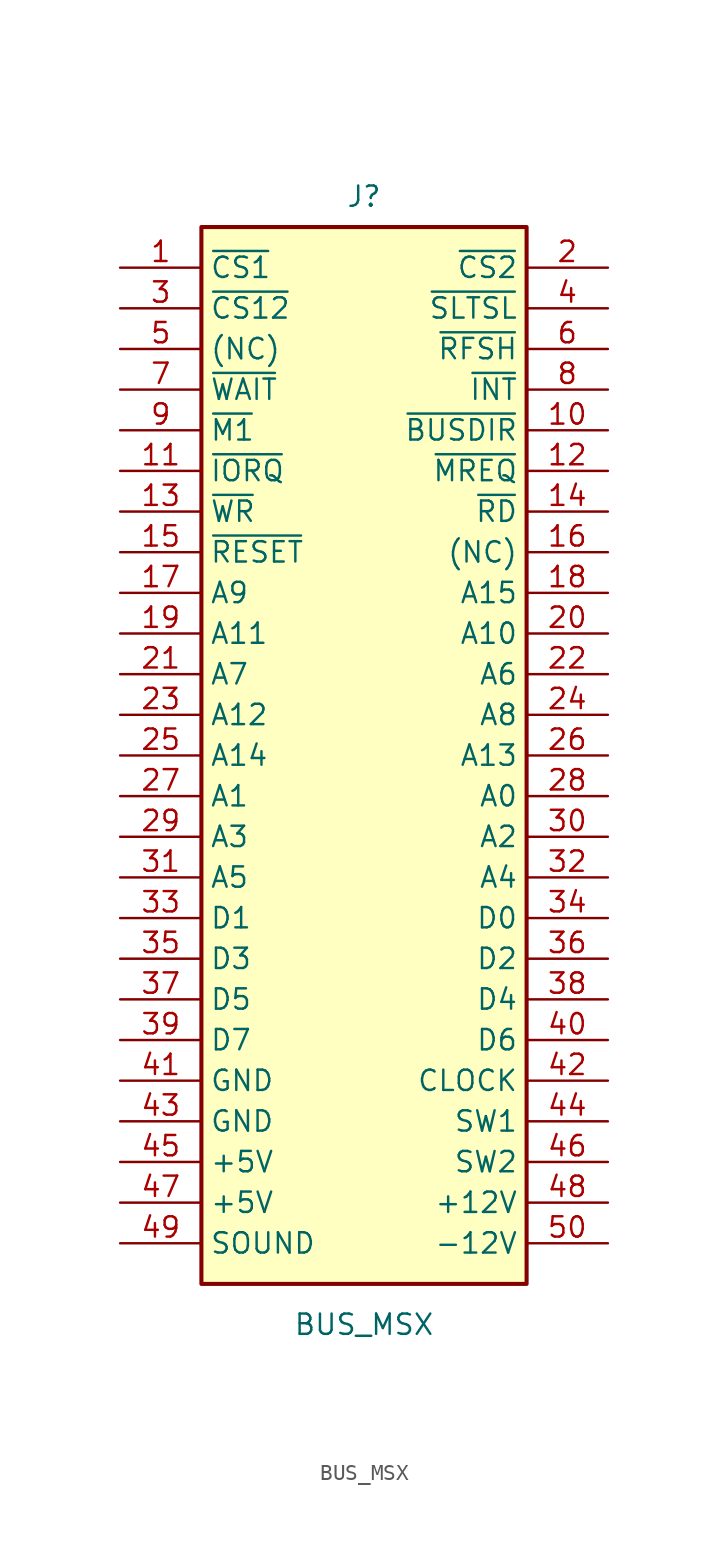
<source format=kicad_sym>
(kicad_symbol_lib
  (version 20220914)
  (generator kicad_symbol_editor)
  (symbol "BUS_MSX"
    (property "Reference" "J"
      (at 0 42.545 0)
      (effects (font (size 1.27 1.27))))
    (property "Value" "BUS_MSX"
      (at 0 -27.94 0)
      (effects (font (size 1.27 1.27))))
    (symbol "BUS_MSX_0_1"
      (rectangle (start -10.16 40.64) (end 10.16 -25.4) (stroke (width 0.254) (type default)) (fill (type background))))
    (symbol "BUS_MSX_1_1"
      (pin passive line (at -15.24 38.1 0) (length 5.08) (name "~{CS1}" (effects (font (size 1.27 1.27)))) (number "1" (effects (font (size 1.27 1.27)))))
      (pin passive line (at 15.24 27.94 180) (length 5.08) (name "~{BUSDIR}" (effects (font (size 1.27 1.27)))) (number "10" (effects (font (size 1.27 1.27)))))
      (pin passive line (at -15.24 25.4 0) (length 5.08) (name "~{IORQ}" (effects (font (size 1.27 1.27)))) (number "11" (effects (font (size 1.27 1.27)))))
      (pin passive line (at 15.24 25.4 180) (length 5.08) (name "~{MREQ}" (effects (font (size 1.27 1.27)))) (number "12" (effects (font (size 1.27 1.27)))))
      (pin passive line (at -15.24 22.86 0) (length 5.08) (name "~{WR}" (effects (font (size 1.27 1.27)))) (number "13" (effects (font (size 1.27 1.27)))))
      (pin passive line (at 15.24 22.86 180) (length 5.08) (name "~{RD}" (effects (font (size 1.27 1.27)))) (number "14" (effects (font (size 1.27 1.27)))))
      (pin passive line (at -15.24 20.32 0) (length 5.08) (name "~{RESET}" (effects (font (size 1.27 1.27)))) (number "15" (effects (font (size 1.27 1.27)))))
      (pin passive line (at 15.24 20.32 180) (length 5.08) (name "(NC)" (effects (font (size 1.27 1.27)))) (number "16" (effects (font (size 1.27 1.27)))))
      (pin passive line (at -15.24 17.78 0) (length 5.08) (name "A9" (effects (font (size 1.27 1.27)))) (number "17" (effects (font (size 1.27 1.27)))))
      (pin passive line (at 15.24 17.78 180) (length 5.08) (name "A15" (effects (font (size 1.27 1.27)))) (number "18" (effects (font (size 1.27 1.27)))))
      (pin passive line (at -15.24 15.24 0) (length 5.08) (name "A11" (effects (font (size 1.27 1.27)))) (number "19" (effects (font (size 1.27 1.27)))))
      (pin passive line (at 15.24 38.1 180) (length 5.08) (name "~{CS2}" (effects (font (size 1.27 1.27)))) (number "2" (effects (font (size 1.27 1.27)))))
      (pin passive line (at 15.24 15.24 180) (length 5.08) (name "A10" (effects (font (size 1.27 1.27)))) (number "20" (effects (font (size 1.27 1.27)))))
      (pin passive line (at -15.24 12.7 0) (length 5.08) (name "A7" (effects (font (size 1.27 1.27)))) (number "21" (effects (font (size 1.27 1.27)))))
      (pin passive line (at 15.24 12.7 180) (length 5.08) (name "A6" (effects (font (size 1.27 1.27)))) (number "22" (effects (font (size 1.27 1.27)))))
      (pin passive line (at -15.24 10.16 0) (length 5.08) (name "A12" (effects (font (size 1.27 1.27)))) (number "23" (effects (font (size 1.27 1.27)))))
      (pin passive line (at 15.24 10.16 180) (length 5.08) (name "A8" (effects (font (size 1.27 1.27)))) (number "24" (effects (font (size 1.27 1.27)))))
      (pin passive line (at -15.24 7.62 0) (length 5.08) (name "A14" (effects (font (size 1.27 1.27)))) (number "25" (effects (font (size 1.27 1.27)))))
      (pin passive line (at 15.24 7.62 180) (length 5.08) (name "A13" (effects (font (size 1.27 1.27)))) (number "26" (effects (font (size 1.27 1.27)))))
      (pin passive line (at -15.24 5.08 0) (length 5.08) (name "A1" (effects (font (size 1.27 1.27)))) (number "27" (effects (font (size 1.27 1.27)))))
      (pin passive line (at 15.24 5.08 180) (length 5.08) (name "A0" (effects (font (size 1.27 1.27)))) (number "28" (effects (font (size 1.27 1.27)))))
      (pin passive line (at -15.24 2.54 0) (length 5.08) (name "A3" (effects (font (size 1.27 1.27)))) (number "29" (effects (font (size 1.27 1.27)))))
      (pin passive line (at -15.24 35.56 0) (length 5.08) (name "~{CS12}" (effects (font (size 1.27 1.27)))) (number "3" (effects (font (size 1.27 1.27)))))
      (pin passive line (at 15.24 2.54 180) (length 5.08) (name "A2" (effects (font (size 1.27 1.27)))) (number "30" (effects (font (size 1.27 1.27)))))
      (pin passive line (at -15.24 0 0) (length 5.08) (name "A5" (effects (font (size 1.27 1.27)))) (number "31" (effects (font (size 1.27 1.27)))))
      (pin passive line (at 15.24 0 180) (length 5.08) (name "A4" (effects (font (size 1.27 1.27)))) (number "32" (effects (font (size 1.27 1.27)))))
      (pin passive line (at -15.24 -2.54 0) (length 5.08) (name "D1" (effects (font (size 1.27 1.27)))) (number "33" (effects (font (size 1.27 1.27)))))
      (pin passive line (at 15.24 -2.54 180) (length 5.08) (name "D0" (effects (font (size 1.27 1.27)))) (number "34" (effects (font (size 1.27 1.27)))))
      (pin passive line (at -15.24 -5.08 0) (length 5.08) (name "D3" (effects (font (size 1.27 1.27)))) (number "35" (effects (font (size 1.27 1.27)))))
      (pin passive line (at 15.24 -5.08 180) (length 5.08) (name "D2" (effects (font (size 1.27 1.27)))) (number "36" (effects (font (size 1.27 1.27)))))
      (pin passive line (at -15.24 -7.62 0) (length 5.08) (name "D5" (effects (font (size 1.27 1.27)))) (number "37" (effects (font (size 1.27 1.27)))))
      (pin passive line (at 15.24 -7.62 180) (length 5.08) (name "D4" (effects (font (size 1.27 1.27)))) (number "38" (effects (font (size 1.27 1.27)))))
      (pin passive line (at -15.24 -10.16 0) (length 5.08) (name "D7" (effects (font (size 1.27 1.27)))) (number "39" (effects (font (size 1.27 1.27)))))
      (pin passive line (at 15.24 35.56 180) (length 5.08) (name "~{SLTSL}" (effects (font (size 1.27 1.27)))) (number "4" (effects (font (size 1.27 1.27)))))
      (pin passive line (at 15.24 -10.16 180) (length 5.08) (name "D6" (effects (font (size 1.27 1.27)))) (number "40" (effects (font (size 1.27 1.27)))))
      (pin passive line (at -15.24 -12.7 0) (length 5.08) (name "GND" (effects (font (size 1.27 1.27)))) (number "41" (effects (font (size 1.27 1.27)))))
      (pin passive line (at 15.24 -12.7 180) (length 5.08) (name "CLOCK" (effects (font (size 1.27 1.27)))) (number "42" (effects (font (size 1.27 1.27)))))
      (pin passive line (at -15.24 -15.24 0) (length 5.08) (name "GND" (effects (font (size 1.27 1.27)))) (number "43" (effects (font (size 1.27 1.27)))))
      (pin passive line (at 15.24 -15.24 180) (length 5.08) (name "SW1" (effects (font (size 1.27 1.27)))) (number "44" (effects (font (size 1.27 1.27)))))
      (pin passive line (at -15.24 -17.78 0) (length 5.08) (name "+5V" (effects (font (size 1.27 1.27)))) (number "45" (effects (font (size 1.27 1.27)))))
      (pin passive line (at 15.24 -17.78 180) (length 5.08) (name "SW2" (effects (font (size 1.27 1.27)))) (number "46" (effects (font (size 1.27 1.27)))))
      (pin passive line (at -15.24 -20.32 0) (length 5.08) (name "+5V" (effects (font (size 1.27 1.27)))) (number "47" (effects (font (size 1.27 1.27)))))
      (pin passive line (at 15.24 -20.32 180) (length 5.08) (name "+12V" (effects (font (size 1.27 1.27)))) (number "48" (effects (font (size 1.27 1.27)))))
      (pin passive line (at -15.24 -22.86 0) (length 5.08) (name "SOUND" (effects (font (size 1.27 1.27)))) (number "49" (effects (font (size 1.27 1.27)))))
      (pin passive line (at -15.24 33.02 0) (length 5.08) (name "(NC)" (effects (font (size 1.27 1.27)))) (number "5" (effects (font (size 1.27 1.27)))))
      (pin passive line (at 15.24 -22.86 180) (length 5.08) (name "-12V" (effects (font (size 1.27 1.27)))) (number "50" (effects (font (size 1.27 1.27)))))
      (pin passive line (at 15.24 33.02 180) (length 5.08) (name "~{RFSH}" (effects (font (size 1.27 1.27)))) (number "6" (effects (font (size 1.27 1.27)))))
      (pin passive line (at -15.24 30.48 0) (length 5.08) (name "~{WAIT}" (effects (font (size 1.27 1.27)))) (number "7" (effects (font (size 1.27 1.27)))))
      (pin passive line (at 15.24 30.48 180) (length 5.08) (name "~{INT}" (effects (font (size 1.27 1.27)))) (number "8" (effects (font (size 1.27 1.27)))))
      (pin passive line (at -15.24 27.94 0) (length 5.08) (name "~{M1}" (effects (font (size 1.27 1.27)))) (number "9" (effects (font (size 1.27 1.27))))))))
</source>
